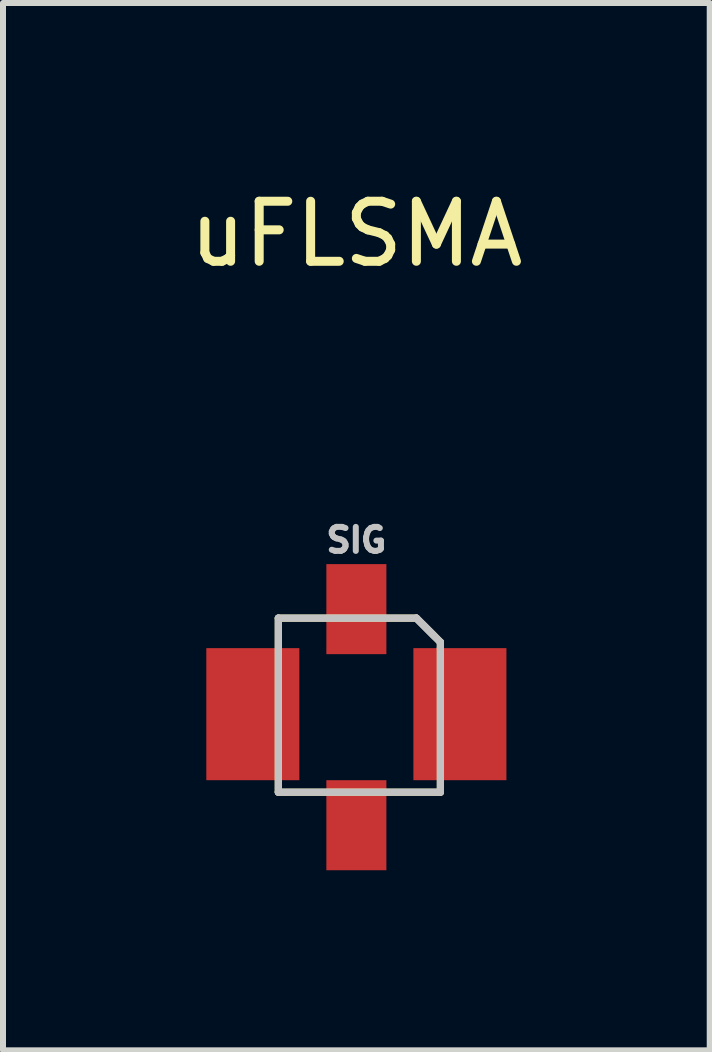
<source format=kicad_pcb>
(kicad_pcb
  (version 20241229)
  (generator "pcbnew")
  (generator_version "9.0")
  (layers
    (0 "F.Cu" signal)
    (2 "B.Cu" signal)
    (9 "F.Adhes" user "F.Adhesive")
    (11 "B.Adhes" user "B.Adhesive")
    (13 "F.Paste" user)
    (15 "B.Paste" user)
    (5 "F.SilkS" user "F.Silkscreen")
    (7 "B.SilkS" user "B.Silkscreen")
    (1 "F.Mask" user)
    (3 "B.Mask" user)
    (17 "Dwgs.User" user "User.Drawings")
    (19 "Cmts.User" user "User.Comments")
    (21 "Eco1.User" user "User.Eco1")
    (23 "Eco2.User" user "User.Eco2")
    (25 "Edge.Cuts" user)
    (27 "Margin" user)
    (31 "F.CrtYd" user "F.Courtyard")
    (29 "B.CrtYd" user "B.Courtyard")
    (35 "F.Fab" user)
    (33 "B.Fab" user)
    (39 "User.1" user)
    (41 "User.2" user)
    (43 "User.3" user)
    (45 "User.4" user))
  (footprint "uFLSMA"
    (layer "F.Cu")
    (at 2.887 8.848)
    (property "Reference" "uFLSMA" (at 0 -8 0) (layer "F.SilkS") (effects (font (size 1 1) (thickness 0.15))))
    (attr through_hole)
    (fp_line (start -1.3 -1.6) (end -1.3 1.3) (stroke (width 0.12) (type solid)) (layer "F.SilkS"))
    (fp_line (start -1.3 1.3) (end 1.4 1.3) (stroke (width 0.12) (type solid)) (layer "F.SilkS"))
    (fp_line (start 1 -1.6) (end -1.3 -1.6) (stroke (width 0.12) (type solid)) (layer "F.SilkS"))
    (fp_line (start 1.4 -1.2) (end 1 -1.6) (stroke (width 0.12) (type solid)) (layer "F.SilkS"))
    (fp_line (start 1.4 -1.1) (end 1.4 -1.2) (stroke (width 0.12) (type solid)) (layer "F.SilkS"))
    (fp_line (start 1.4 1.3) (end 1.4 -1.1) (stroke (width 0.12) (type solid)) (layer "F.SilkS"))
    (fp_line (start -1.3 -1.6) (end 1 -1.6) (stroke (width 0.12) (type solid)) (layer "Dwgs.User"))
    (fp_line (start -1.3 1.3) (end -1.3 -1.6) (stroke (width 0.12) (type solid)) (layer "Dwgs.User"))
    (fp_line (start 1 -1.6) (end 1.3 -1.3) (stroke (width 0.12) (type solid)) (layer "Dwgs.User"))
    (fp_line (start 1 -1.6) (end 1.4 -1.2) (stroke (width 0.12) (type solid)) (layer "Dwgs.User"))
    (fp_line (start 1.4 -1.2) (end 1.4 1.3) (stroke (width 0.12) (type solid)) (layer "Dwgs.User"))
    (fp_line (start 1.4 1.3) (end -1.3 1.3) (stroke (width 0.12) (type solid)) (layer "Dwgs.User"))
    (fp_text user "SIG" (at 0 -2.9 0) (layer "Dwgs.User") (effects (font (size 0.4 0.4) (thickness 0.1))))
    (pad "1" smd rect (at 0 -1) (size 1 1.5) (drill (offset 0 -0.75)) (layers "F.Cu" "F.Mask" "F.Paste"))
    (pad "2" smd rect (at 1.2 0) (size 1.55 2.2) (drill (offset 0.525 0)) (layers "F.Cu" "F.Mask" "F.Paste"))
    (pad "3" smd rect (at 0 1.35) (size 1 1.5) (drill (offset 0 0.5)) (layers "F.Cu" "F.Mask" "F.Paste"))
    (pad "4" smd rect (at -1.2 0) (size 1.55 2.2) (drill (offset -0.525 0)) (layers "F.Cu" "F.Mask" "F.Paste")))
  (gr_rect
    (start -3 -3)
    (end 8.774 14.448)
    (stroke (width 0.1) (type default))
    (fill no)
    (layer "Edge.Cuts")))
</source>
